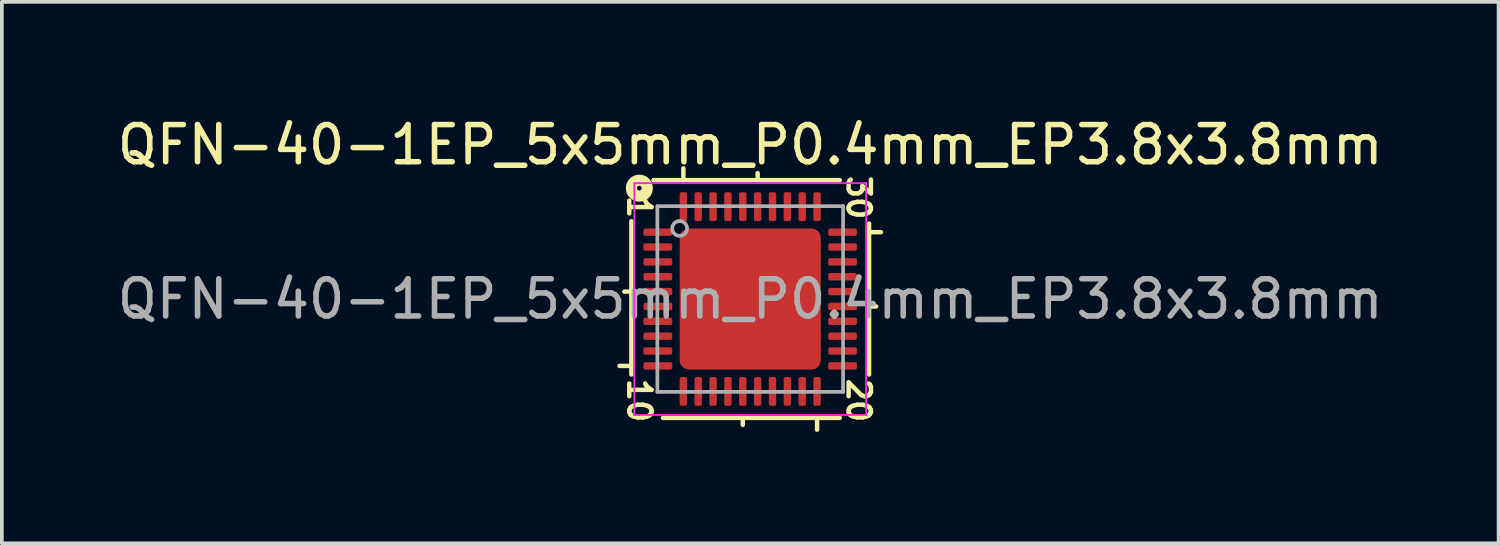
<source format=kicad_pcb>
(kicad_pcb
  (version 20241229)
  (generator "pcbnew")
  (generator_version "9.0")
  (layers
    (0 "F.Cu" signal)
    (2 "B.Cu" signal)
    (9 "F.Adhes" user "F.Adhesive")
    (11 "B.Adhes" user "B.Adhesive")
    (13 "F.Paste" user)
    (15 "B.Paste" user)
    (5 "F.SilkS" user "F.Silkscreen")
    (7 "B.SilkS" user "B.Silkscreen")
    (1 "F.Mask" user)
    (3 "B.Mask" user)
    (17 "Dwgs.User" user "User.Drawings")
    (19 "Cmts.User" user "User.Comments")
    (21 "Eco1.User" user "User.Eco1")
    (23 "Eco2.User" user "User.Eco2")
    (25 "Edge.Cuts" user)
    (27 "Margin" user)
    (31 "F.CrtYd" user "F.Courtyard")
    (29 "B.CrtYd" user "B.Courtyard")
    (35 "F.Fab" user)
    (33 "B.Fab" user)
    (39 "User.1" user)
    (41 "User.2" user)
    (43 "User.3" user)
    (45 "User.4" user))
  (footprint "QFN-40-1EP_5x5mm_P0.4mm_EP3.8x3.8mm"
    (layer "F.Cu")
    (at 17.149 5.001)
    (property "Reference" "QFN-40-1EP_5x5mm_P0.4mm_EP3.8x3.8mm" (at 0 -4.152 0) (layer "F.SilkS") (effects (font (size 1 1) (thickness 0.15))))
    (attr smd)
    (fp_line (start -3.2 -2.095) (end -3.2 2.032) (stroke (width 0.12) (type solid)) (layer "F.SilkS"))
    (fp_line (start -3.2 -0.2) (end -3.39 -0.2) (stroke (width 0.12) (type solid)) (layer "F.SilkS"))
    (fp_line (start -3.2 1.8) (end -3.518 1.8) (stroke (width 0.12) (type solid)) (layer "F.SilkS"))
    (fp_line (start -2.349 3.2) (end 2.413 3.2) (stroke (width 0.12) (type solid)) (layer "F.SilkS"))
    (fp_line (start -1.8 -3.2) (end -1.8 -3.518) (stroke (width 0.12) (type solid)) (layer "F.SilkS"))
    (fp_line (start -0.2 3.2) (end -0.2 3.39) (stroke (width 0.12) (type solid)) (layer "F.SilkS"))
    (fp_line (start 0.2 -3.2) (end 0.2 -3.39) (stroke (width 0.12) (type solid)) (layer "F.SilkS"))
    (fp_line (start 1.8 3.2) (end 1.8 3.518) (stroke (width 0.12) (type solid)) (layer "F.SilkS"))
    (fp_line (start 2.413 -3.2) (end -2.603 -3.2) (stroke (width 0.12) (type solid)) (layer "F.SilkS"))
    (fp_line (start 3.2 -1.8) (end 3.518 -1.8) (stroke (width 0.12) (type solid)) (layer "F.SilkS"))
    (fp_line (start 3.2 0.2) (end 3.39 0.2) (stroke (width 0.12) (type solid)) (layer "F.SilkS"))
    (fp_line (start 3.2 2.032) (end 3.2 -2.032) (stroke (width 0.12) (type solid)) (layer "F.SilkS"))
    (fp_circle (center -2.985 -2.985) (end -2.921 -2.985) (stroke (width 0.3) (type solid)) (fill no) (layer "F.SilkS"))
    (fp_line (start -3.12 -3.12) (end -3.12 3.12) (stroke (width 0.05) (type solid)) (layer "F.CrtYd"))
    (fp_line (start -3.12 3.12) (end 3.12 3.12) (stroke (width 0.05) (type solid)) (layer "F.CrtYd"))
    (fp_line (start 3.12 -3.12) (end -3.12 -3.12) (stroke (width 0.05) (type solid)) (layer "F.CrtYd"))
    (fp_line (start 3.12 3.12) (end 3.12 -3.12) (stroke (width 0.05) (type solid)) (layer "F.CrtYd"))
    (fp_line (start -2.5 -2.5) (end 2.5 -2.5) (stroke (width 0.1) (type solid)) (layer "F.Fab"))
    (fp_line (start -2.5 2.5) (end -2.5 -2.5) (stroke (width 0.1) (type solid)) (layer "F.Fab"))
    (fp_line (start 2.5 -2.5) (end 2.5 2.5) (stroke (width 0.1) (type solid)) (layer "F.Fab"))
    (fp_line (start 2.5 2.5) (end -2.5 2.5) (stroke (width 0.1) (type solid)) (layer "F.Fab"))
    (fp_circle (center -1.9 -1.9) (end -1.7 -1.9) (stroke (width 0.1) (type solid)) (fill no) (layer "F.Fab"))
    (fp_text user "30" (at 2.921 -2.731 270) (unlocked yes) (layer "F.SilkS") (effects (font (size 0.6 0.6) (thickness 0.12))))
    (fp_text user "20" (at 2.921 2.731 270) (unlocked yes) (layer "F.SilkS") (effects (font (size 0.6 0.6) (thickness 0.12))))
    (fp_text user "10" (at -2.985 2.731 270) (unlocked yes) (layer "F.SilkS") (effects (font (size 0.6 0.6) (thickness 0.12))))
    (fp_text user "1" (at -2.985 -2.477 270) (unlocked yes) (layer "F.SilkS") (effects (font (size 0.6 0.6) (thickness 0.12))))
    (fp_text user "${REFERENCE}" (at 0 0 0) (layer "F.Fab") (effects (font (size 1 1) (thickness 0.15))))
    (pad "" smd roundrect (at -1.27 -1.27) (size 1.02 1.02) (layers "F.Paste") (roundrect_rratio 0.245))
    (pad "" smd roundrect (at -1.27 0) (size 1.02 1.02) (layers "F.Paste") (roundrect_rratio 0.245))
    (pad "" smd roundrect (at -1.27 1.27) (size 1.02 1.02) (layers "F.Paste") (roundrect_rratio 0.245))
    (pad "" smd roundrect (at 0 -1.27) (size 1.02 1.02) (layers "F.Paste") (roundrect_rratio 0.245))
    (pad "" smd roundrect (at 0 0) (size 1.02 1.02) (layers "F.Paste") (roundrect_rratio 0.245))
    (pad "" smd roundrect (at 0 1.27) (size 1.02 1.02) (layers "F.Paste") (roundrect_rratio 0.245))
    (pad "" smd roundrect (at 1.27 -1.27) (size 1.02 1.02) (layers "F.Paste") (roundrect_rratio 0.245))
    (pad "" smd roundrect (at 1.27 0) (size 1.02 1.02) (layers "F.Paste") (roundrect_rratio 0.245))
    (pad "" smd roundrect (at 1.27 1.27) (size 1.02 1.02) (layers "F.Paste") (roundrect_rratio 0.245))
    (pad "1" smd roundrect (at -2.487 -1.8) (size 0.775 0.2) (layers "F.Cu" "F.Mask" "F.Paste") (roundrect_rratio 0.25))
    (pad "2" smd roundrect (at -2.487 -1.4) (size 0.775 0.2) (layers "F.Cu" "F.Mask" "F.Paste") (roundrect_rratio 0.25))
    (pad "3" smd roundrect (at -2.487 -1) (size 0.775 0.2) (layers "F.Cu" "F.Mask" "F.Paste") (roundrect_rratio 0.25))
    (pad "4" smd roundrect (at -2.487 -0.6) (size 0.775 0.2) (layers "F.Cu" "F.Mask" "F.Paste") (roundrect_rratio 0.25))
    (pad "5" smd roundrect (at -2.487 -0.2) (size 0.775 0.2) (layers "F.Cu" "F.Mask" "F.Paste") (roundrect_rratio 0.25))
    (pad "6" smd roundrect (at -2.487 0.2) (size 0.775 0.2) (layers "F.Cu" "F.Mask" "F.Paste") (roundrect_rratio 0.25))
    (pad "7" smd roundrect (at -2.487 0.6) (size 0.775 0.2) (layers "F.Cu" "F.Mask" "F.Paste") (roundrect_rratio 0.25))
    (pad "8" smd roundrect (at -2.487 1) (size 0.775 0.2) (layers "F.Cu" "F.Mask" "F.Paste") (roundrect_rratio 0.25))
    (pad "9" smd roundrect (at -2.487 1.4) (size 0.775 0.2) (layers "F.Cu" "F.Mask" "F.Paste") (roundrect_rratio 0.25))
    (pad "10" smd roundrect (at -2.487 1.8) (size 0.775 0.2) (layers "F.Cu" "F.Mask" "F.Paste") (roundrect_rratio 0.25))
    (pad "11" smd roundrect (at -1.8 2.487) (size 0.2 0.775) (layers "F.Cu" "F.Mask" "F.Paste") (roundrect_rratio 0.25))
    (pad "12" smd roundrect (at -1.4 2.487) (size 0.2 0.775) (layers "F.Cu" "F.Mask" "F.Paste") (roundrect_rratio 0.25))
    (pad "13" smd roundrect (at -1 2.487) (size 0.2 0.775) (layers "F.Cu" "F.Mask" "F.Paste") (roundrect_rratio 0.25))
    (pad "14" smd roundrect (at -0.6 2.487) (size 0.2 0.775) (layers "F.Cu" "F.Mask" "F.Paste") (roundrect_rratio 0.25))
    (pad "15" smd roundrect (at -0.2 2.487) (size 0.2 0.775) (layers "F.Cu" "F.Mask" "F.Paste") (roundrect_rratio 0.25))
    (pad "16" smd roundrect (at 0.2 2.487) (size 0.2 0.775) (layers "F.Cu" "F.Mask" "F.Paste") (roundrect_rratio 0.25))
    (pad "17" smd roundrect (at 0.6 2.487) (size 0.2 0.775) (layers "F.Cu" "F.Mask" "F.Paste") (roundrect_rratio 0.25))
    (pad "18" smd roundrect (at 1 2.487) (size 0.2 0.775) (layers "F.Cu" "F.Mask" "F.Paste") (roundrect_rratio 0.25))
    (pad "19" smd roundrect (at 1.4 2.487) (size 0.2 0.775) (layers "F.Cu" "F.Mask" "F.Paste") (roundrect_rratio 0.25))
    (pad "20" smd roundrect (at 1.8 2.487) (size 0.2 0.775) (layers "F.Cu" "F.Mask" "F.Paste") (roundrect_rratio 0.25))
    (pad "21" smd roundrect (at 2.487 1.8) (size 0.775 0.2) (layers "F.Cu" "F.Mask" "F.Paste") (roundrect_rratio 0.25))
    (pad "22" smd roundrect (at 2.487 1.4) (size 0.775 0.2) (layers "F.Cu" "F.Mask" "F.Paste") (roundrect_rratio 0.25))
    (pad "23" smd roundrect (at 2.487 1) (size 0.775 0.2) (layers "F.Cu" "F.Mask" "F.Paste") (roundrect_rratio 0.25))
    (pad "24" smd roundrect (at 2.487 0.6) (size 0.775 0.2) (layers "F.Cu" "F.Mask" "F.Paste") (roundrect_rratio 0.25))
    (pad "25" smd roundrect (at 2.487 0.2) (size 0.775 0.2) (layers "F.Cu" "F.Mask" "F.Paste") (roundrect_rratio 0.25))
    (pad "26" smd roundrect (at 2.487 -0.2) (size 0.775 0.2) (layers "F.Cu" "F.Mask" "F.Paste") (roundrect_rratio 0.25))
    (pad "27" smd roundrect (at 2.487 -0.6) (size 0.775 0.2) (layers "F.Cu" "F.Mask" "F.Paste") (roundrect_rratio 0.25))
    (pad "28" smd roundrect (at 2.487 -1) (size 0.775 0.2) (layers "F.Cu" "F.Mask" "F.Paste") (roundrect_rratio 0.25))
    (pad "29" smd roundrect (at 2.487 -1.4) (size 0.775 0.2) (layers "F.Cu" "F.Mask" "F.Paste") (roundrect_rratio 0.25))
    (pad "30" smd roundrect (at 2.487 -1.8) (size 0.775 0.2) (layers "F.Cu" "F.Mask" "F.Paste") (roundrect_rratio 0.25))
    (pad "31" smd roundrect (at 1.8 -2.487) (size 0.2 0.775) (layers "F.Cu" "F.Mask" "F.Paste") (roundrect_rratio 0.25))
    (pad "32" smd roundrect (at 1.4 -2.487) (size 0.2 0.775) (layers "F.Cu" "F.Mask" "F.Paste") (roundrect_rratio 0.25))
    (pad "33" smd roundrect (at 1 -2.487) (size 0.2 0.775) (layers "F.Cu" "F.Mask" "F.Paste") (roundrect_rratio 0.25))
    (pad "34" smd roundrect (at 0.6 -2.487) (size 0.2 0.775) (layers "F.Cu" "F.Mask" "F.Paste") (roundrect_rratio 0.25))
    (pad "35" smd roundrect (at 0.2 -2.487) (size 0.2 0.775) (layers "F.Cu" "F.Mask" "F.Paste") (roundrect_rratio 0.25))
    (pad "36" smd roundrect (at -0.2 -2.487) (size 0.2 0.775) (layers "F.Cu" "F.Mask" "F.Paste") (roundrect_rratio 0.25))
    (pad "37" smd roundrect (at -0.6 -2.487) (size 0.2 0.775) (layers "F.Cu" "F.Mask" "F.Paste") (roundrect_rratio 0.25))
    (pad "38" smd roundrect (at -1 -2.487) (size 0.2 0.775) (layers "F.Cu" "F.Mask" "F.Paste") (roundrect_rratio 0.25))
    (pad "39" smd roundrect (at -1.4 -2.487) (size 0.2 0.775) (layers "F.Cu" "F.Mask" "F.Paste") (roundrect_rratio 0.25))
    (pad "40" smd roundrect (at -1.8 -2.487) (size 0.2 0.775) (layers "F.Cu" "F.Mask" "F.Paste") (roundrect_rratio 0.25))
    (pad "41" smd roundrect (at 0 0) (size 3.8 3.8) (layers "F.Cu" "F.Mask") (roundrect_rratio 0.066)))
  (gr_rect
    (start -3 -3)
    (end 37.298 11.578)
    (stroke (width 0.1) (type default))
    (fill no)
    (layer "Edge.Cuts")))
</source>
